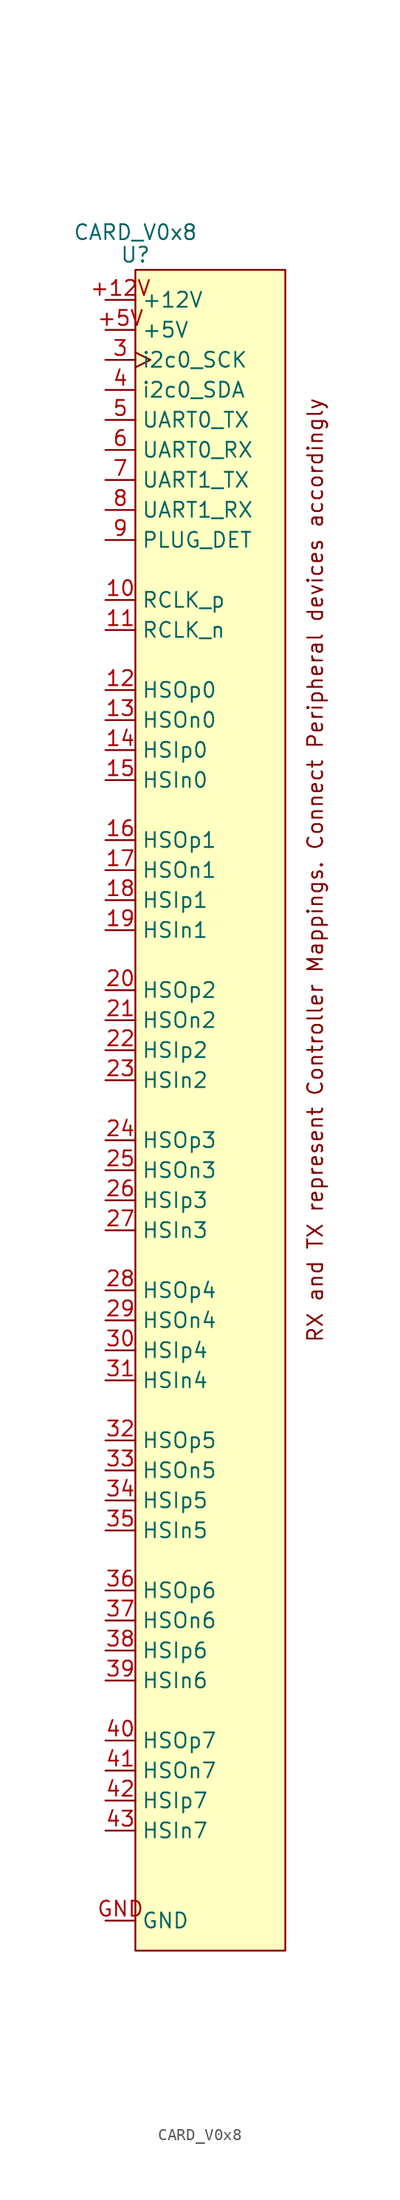
<source format=kicad_sym>
(kicad_symbol_lib
  (version 20211014)
  (generator kicad_symbol_editor)
  (symbol "CARD_V0x8"
    (property "Reference" "U"
      (at 0 3.81 0)
      (effects (font (size 1.27 1.27))))
    (property "Value" "CARD_V0x8"
      (at 0 5.715 0)
      (effects (font (size 1.27 1.27))))
    (symbol "CARD_V0x8_0_0"
      (rectangle (start 0 2.54) (end 12.7 -139.7) (stroke (width 0) (type default) (color 0 0 0 0)) (fill (type background)))
      (text "RX and TX represent Controller Mappings. Connect Peripheral devices accordingly" (at 15.24 -48.26 900) (effects (font (size 1.27 1.27)))))
    (symbol "CARD_V0x8_1_1"
      (pin input line (at -2.54 0 0) (length 2.54) (name "+12V" (effects (font (size 1.27 1.27)))) (number "+12V" (effects (font (size 1.27 1.27)))))
      (pin input line (at -2.54 -2.54 0) (length 2.54) (name "+5V" (effects (font (size 1.27 1.27)))) (number "+5V" (effects (font (size 1.27 1.27)))))
      (pin input line (at -2.54 -25.4 0) (length 2.54) (name "RCLK_p" (effects (font (size 1.27 1.27)))) (number "10" (effects (font (size 1.27 1.27)))))
      (pin input line (at -2.54 -27.94 0) (length 2.54) (name "RCLK_n" (effects (font (size 1.27 1.27)))) (number "11" (effects (font (size 1.27 1.27)))))
      (pin input line (at -2.54 -33.02 0) (length 2.54) (name "HSOp0" (effects (font (size 1.27 1.27)))) (number "12" (effects (font (size 1.27 1.27)))))
      (pin input line (at -2.54 -35.56 0) (length 2.54) (name "HSOn0" (effects (font (size 1.27 1.27)))) (number "13" (effects (font (size 1.27 1.27)))))
      (pin input line (at -2.54 -38.1 0) (length 2.54) (name "HSIp0" (effects (font (size 1.27 1.27)))) (number "14" (effects (font (size 1.27 1.27)))))
      (pin input line (at -2.54 -40.64 0) (length 2.54) (name "HSIn0" (effects (font (size 1.27 1.27)))) (number "15" (effects (font (size 1.27 1.27)))))
      (pin input line (at -2.54 -45.72 0) (length 2.54) (name "HSOp1" (effects (font (size 1.27 1.27)))) (number "16" (effects (font (size 1.27 1.27)))))
      (pin input line (at -2.54 -48.26 0) (length 2.54) (name "HSOn1" (effects (font (size 1.27 1.27)))) (number "17" (effects (font (size 1.27 1.27)))))
      (pin input line (at -2.54 -50.8 0) (length 2.54) (name "HSIp1" (effects (font (size 1.27 1.27)))) (number "18" (effects (font (size 1.27 1.27)))))
      (pin input line (at -2.54 -53.34 0) (length 2.54) (name "HSIn1" (effects (font (size 1.27 1.27)))) (number "19" (effects (font (size 1.27 1.27)))))
      (pin input line (at -2.54 -58.42 0) (length 2.54) (name "HSOp2" (effects (font (size 1.27 1.27)))) (number "20" (effects (font (size 1.27 1.27)))))
      (pin input line (at -2.54 -60.96 0) (length 2.54) (name "HSOn2" (effects (font (size 1.27 1.27)))) (number "21" (effects (font (size 1.27 1.27)))))
      (pin input line (at -2.54 -63.5 0) (length 2.54) (name "HSIp2" (effects (font (size 1.27 1.27)))) (number "22" (effects (font (size 1.27 1.27)))))
      (pin input line (at -2.54 -66.04 0) (length 2.54) (name "HSIn2" (effects (font (size 1.27 1.27)))) (number "23" (effects (font (size 1.27 1.27)))))
      (pin input line (at -2.54 -71.12 0) (length 2.54) (name "HSOp3" (effects (font (size 1.27 1.27)))) (number "24" (effects (font (size 1.27 1.27)))))
      (pin input line (at -2.54 -73.66 0) (length 2.54) (name "HSOn3" (effects (font (size 1.27 1.27)))) (number "25" (effects (font (size 1.27 1.27)))))
      (pin input line (at -2.54 -76.2 0) (length 2.54) (name "HSIp3" (effects (font (size 1.27 1.27)))) (number "26" (effects (font (size 1.27 1.27)))))
      (pin input line (at -2.54 -78.74 0) (length 2.54) (name "HSIn3" (effects (font (size 1.27 1.27)))) (number "27" (effects (font (size 1.27 1.27)))))
      (pin input line (at -2.54 -83.82 0) (length 2.54) (name "HSOp4" (effects (font (size 1.27 1.27)))) (number "28" (effects (font (size 1.27 1.27)))))
      (pin input line (at -2.54 -86.36 0) (length 2.54) (name "HSOn4" (effects (font (size 1.27 1.27)))) (number "29" (effects (font (size 1.27 1.27)))))
      (pin input clock (at -2.54 -5.08 0) (length 2.54) (name "i2c0_SCK" (effects (font (size 1.27 1.27)))) (number "3" (effects (font (size 1.27 1.27)))))
      (pin input line (at -2.54 -88.9 0) (length 2.54) (name "HSIp4" (effects (font (size 1.27 1.27)))) (number "30" (effects (font (size 1.27 1.27)))))
      (pin input line (at -2.54 -91.44 0) (length 2.54) (name "HSIn4" (effects (font (size 1.27 1.27)))) (number "31" (effects (font (size 1.27 1.27)))))
      (pin input line (at -2.54 -96.52 0) (length 2.54) (name "HSOp5" (effects (font (size 1.27 1.27)))) (number "32" (effects (font (size 1.27 1.27)))))
      (pin input line (at -2.54 -99.06 0) (length 2.54) (name "HSOn5" (effects (font (size 1.27 1.27)))) (number "33" (effects (font (size 1.27 1.27)))))
      (pin input line (at -2.54 -101.6 0) (length 2.54) (name "HSIp5" (effects (font (size 1.27 1.27)))) (number "34" (effects (font (size 1.27 1.27)))))
      (pin input line (at -2.54 -104.14 0) (length 2.54) (name "HSIn5" (effects (font (size 1.27 1.27)))) (number "35" (effects (font (size 1.27 1.27)))))
      (pin input line (at -2.54 -109.22 0) (length 2.54) (name "HSOp6" (effects (font (size 1.27 1.27)))) (number "36" (effects (font (size 1.27 1.27)))))
      (pin input line (at -2.54 -111.76 0) (length 2.54) (name "HSOn6" (effects (font (size 1.27 1.27)))) (number "37" (effects (font (size 1.27 1.27)))))
      (pin input line (at -2.54 -114.3 0) (length 2.54) (name "HSIp6" (effects (font (size 1.27 1.27)))) (number "38" (effects (font (size 1.27 1.27)))))
      (pin input line (at -2.54 -116.84 0) (length 2.54) (name "HSIn6" (effects (font (size 1.27 1.27)))) (number "39" (effects (font (size 1.27 1.27)))))
      (pin input line (at -2.54 -7.62 0) (length 2.54) (name "i2c0_SDA" (effects (font (size 1.27 1.27)))) (number "4" (effects (font (size 1.27 1.27)))))
      (pin input line (at -2.54 -121.92 0) (length 2.54) (name "HSOp7" (effects (font (size 1.27 1.27)))) (number "40" (effects (font (size 1.27 1.27)))))
      (pin input line (at -2.54 -124.46 0) (length 2.54) (name "HSOn7" (effects (font (size 1.27 1.27)))) (number "41" (effects (font (size 1.27 1.27)))))
      (pin input line (at -2.54 -127 0) (length 2.54) (name "HSIp7" (effects (font (size 1.27 1.27)))) (number "42" (effects (font (size 1.27 1.27)))))
      (pin input line (at -2.54 -129.54 0) (length 2.54) (name "HSIn7" (effects (font (size 1.27 1.27)))) (number "43" (effects (font (size 1.27 1.27)))))
      (pin input line (at -2.54 -10.16 0) (length 2.54) (name "UART0_TX" (effects (font (size 1.27 1.27)))) (number "5" (effects (font (size 1.27 1.27)))))
      (pin input line (at -2.54 -12.7 0) (length 2.54) (name "UART0_RX" (effects (font (size 1.27 1.27)))) (number "6" (effects (font (size 1.27 1.27)))))
      (pin input line (at -2.54 -15.24 0) (length 2.54) (name "UART1_TX" (effects (font (size 1.27 1.27)))) (number "7" (effects (font (size 1.27 1.27)))))
      (pin input line (at -2.54 -17.78 0) (length 2.54) (name "UART1_RX" (effects (font (size 1.27 1.27)))) (number "8" (effects (font (size 1.27 1.27)))))
      (pin input line (at -2.54 -20.32 0) (length 2.54) (name "PLUG_DET" (effects (font (size 1.27 1.27)))) (number "9" (effects (font (size 1.27 1.27)))))
      (pin input line (at -2.54 -137.16 0) (length 2.54) (name "GND" (effects (font (size 1.27 1.27)))) (number "GND" (effects (font (size 1.27 1.27))))))))
</source>
